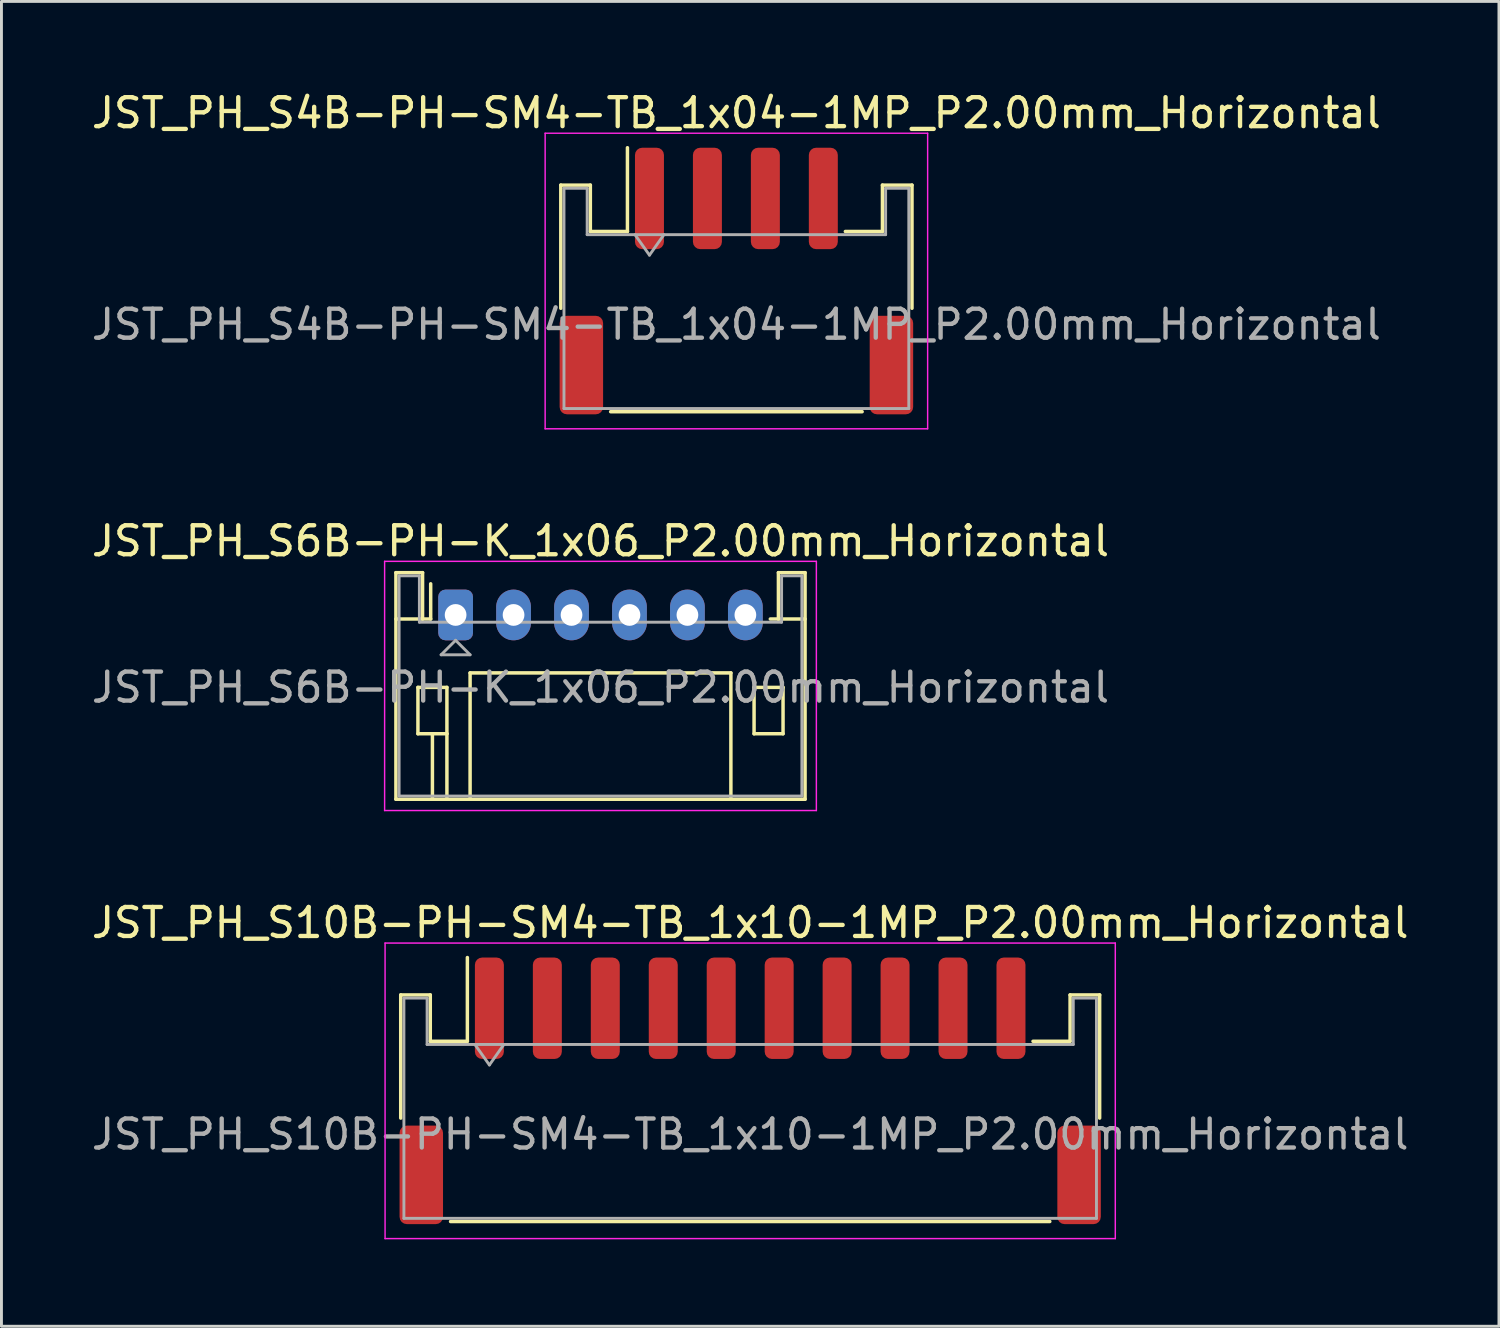
<source format=kicad_pcb>
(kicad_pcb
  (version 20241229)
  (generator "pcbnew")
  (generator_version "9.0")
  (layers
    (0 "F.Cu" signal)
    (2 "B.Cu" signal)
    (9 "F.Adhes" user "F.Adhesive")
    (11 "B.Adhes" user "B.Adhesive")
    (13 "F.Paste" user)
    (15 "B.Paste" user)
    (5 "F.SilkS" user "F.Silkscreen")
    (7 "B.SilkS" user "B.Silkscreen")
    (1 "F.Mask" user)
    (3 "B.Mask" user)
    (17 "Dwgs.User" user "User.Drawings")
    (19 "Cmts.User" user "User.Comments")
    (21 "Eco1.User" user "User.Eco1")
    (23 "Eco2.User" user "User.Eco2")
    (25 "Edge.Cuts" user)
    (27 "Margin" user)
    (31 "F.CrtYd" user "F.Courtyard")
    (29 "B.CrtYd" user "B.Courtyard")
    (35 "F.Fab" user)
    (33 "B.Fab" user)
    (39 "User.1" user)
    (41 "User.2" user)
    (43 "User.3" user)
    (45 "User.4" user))
  (footprint "JST_PH_S10B-PH-SM4-TB_1x10-1MP_P2.00mm_Horizontal"
    (layer "F.Cu")
    (at 22.839 34.595)
    (property "Reference" "JST_PH_S10B-PH-SM4-TB_1x10-1MP_P2.00mm_Horizontal" (at 0 -5.8 0) (layer "F.SilkS") (effects (font (size 1 1) (thickness 0.15))))
    (attr smd)
    (fp_line (start -12.06 -3.31) (end -11.04 -3.31) (stroke (width 0.12) (type solid)) (layer "F.SilkS"))
    (fp_line (start -12.06 0.94) (end -12.06 -3.31) (stroke (width 0.12) (type solid)) (layer "F.SilkS"))
    (fp_line (start -11.04 -3.31) (end -11.04 -1.71) (stroke (width 0.12) (type solid)) (layer "F.SilkS"))
    (fp_line (start -11.04 -1.71) (end -9.76 -1.71) (stroke (width 0.12) (type solid)) (layer "F.SilkS"))
    (fp_line (start -10.34 4.51) (end 10.34 4.51) (stroke (width 0.12) (type solid)) (layer "F.SilkS"))
    (fp_line (start -9.76 -1.71) (end -9.76 -4.6) (stroke (width 0.12) (type solid)) (layer "F.SilkS"))
    (fp_line (start 11.04 -3.31) (end 11.04 -1.71) (stroke (width 0.12) (type solid)) (layer "F.SilkS"))
    (fp_line (start 11.04 -1.71) (end 9.76 -1.71) (stroke (width 0.12) (type solid)) (layer "F.SilkS"))
    (fp_line (start 12.06 -3.31) (end 11.04 -3.31) (stroke (width 0.12) (type solid)) (layer "F.SilkS"))
    (fp_line (start 12.06 0.94) (end 12.06 -3.31) (stroke (width 0.12) (type solid)) (layer "F.SilkS"))
    (fp_line (start -12.6 -5.1) (end -12.6 5.1) (stroke (width 0.05) (type solid)) (layer "F.CrtYd"))
    (fp_line (start -12.6 5.1) (end 12.6 5.1) (stroke (width 0.05) (type solid)) (layer "F.CrtYd"))
    (fp_line (start 12.6 -5.1) (end -12.6 -5.1) (stroke (width 0.05) (type solid)) (layer "F.CrtYd"))
    (fp_line (start 12.6 5.1) (end 12.6 -5.1) (stroke (width 0.05) (type solid)) (layer "F.CrtYd"))
    (fp_line (start -11.95 -3.2) (end -11.95 4.4) (stroke (width 0.1) (type solid)) (layer "F.Fab"))
    (fp_line (start -11.95 -3.2) (end -11.15 -3.2) (stroke (width 0.1) (type solid)) (layer "F.Fab"))
    (fp_line (start -11.95 4.4) (end 11.95 4.4) (stroke (width 0.1) (type solid)) (layer "F.Fab"))
    (fp_line (start -11.15 -3.2) (end -11.15 -1.6) (stroke (width 0.1) (type solid)) (layer "F.Fab"))
    (fp_line (start -11.15 -1.6) (end 11.15 -1.6) (stroke (width 0.1) (type solid)) (layer "F.Fab"))
    (fp_line (start -9.5 -1.6) (end -9 -0.893) (stroke (width 0.1) (type solid)) (layer "F.Fab"))
    (fp_line (start -9 -0.893) (end -8.5 -1.6) (stroke (width 0.1) (type solid)) (layer "F.Fab"))
    (fp_line (start 11.15 -3.2) (end 11.95 -3.2) (stroke (width 0.1) (type solid)) (layer "F.Fab"))
    (fp_line (start 11.15 -1.6) (end 11.15 -3.2) (stroke (width 0.1) (type solid)) (layer "F.Fab"))
    (fp_line (start 11.95 -3.2) (end 11.95 4.4) (stroke (width 0.1) (type solid)) (layer "F.Fab"))
    (fp_text user "${REFERENCE}" (at 0 1.5 0) (layer "F.Fab") (effects (font (size 1 1) (thickness 0.15))))
    (pad "1" smd roundrect (at -9 -2.85) (size 1 3.5) (layers "F.Cu" "F.Mask" "F.Paste") (roundrect_rratio 0.25))
    (pad "2" smd roundrect (at -7 -2.85) (size 1 3.5) (layers "F.Cu" "F.Mask" "F.Paste") (roundrect_rratio 0.25))
    (pad "3" smd roundrect (at -5 -2.85) (size 1 3.5) (layers "F.Cu" "F.Mask" "F.Paste") (roundrect_rratio 0.25))
    (pad "4" smd roundrect (at -3 -2.85) (size 1 3.5) (layers "F.Cu" "F.Mask" "F.Paste") (roundrect_rratio 0.25))
    (pad "5" smd roundrect (at -1 -2.85) (size 1 3.5) (layers "F.Cu" "F.Mask" "F.Paste") (roundrect_rratio 0.25))
    (pad "6" smd roundrect (at 1 -2.85) (size 1 3.5) (layers "F.Cu" "F.Mask" "F.Paste") (roundrect_rratio 0.25))
    (pad "7" smd roundrect (at 3 -2.85) (size 1 3.5) (layers "F.Cu" "F.Mask" "F.Paste") (roundrect_rratio 0.25))
    (pad "8" smd roundrect (at 5 -2.85) (size 1 3.5) (layers "F.Cu" "F.Mask" "F.Paste") (roundrect_rratio 0.25))
    (pad "9" smd roundrect (at 7 -2.85) (size 1 3.5) (layers "F.Cu" "F.Mask" "F.Paste") (roundrect_rratio 0.25))
    (pad "10" smd roundrect (at 9 -2.85) (size 1 3.5) (layers "F.Cu" "F.Mask" "F.Paste") (roundrect_rratio 0.25))
    (pad "MP" smd roundrect (at -11.35 2.9) (size 1.5 3.4) (layers "F.Cu" "F.Mask" "F.Paste") (roundrect_rratio 0.167))
    (pad "MP" smd roundrect (at 11.35 2.9) (size 1.5 3.4) (layers "F.Cu" "F.Mask" "F.Paste") (roundrect_rratio 0.167)))
  (footprint "JST_PH_S6B-PH-K_1x06_P2.00mm_Horizontal"
    (layer "F.Cu")
    (at 12.673 18.172)
    (property "Reference" "JST_PH_S6B-PH-K_1x06_P2.00mm_Horizontal" (at 5 -2.55 0) (layer "F.SilkS") (effects (font (size 1 1) (thickness 0.15))))
    (attr through_hole)
    (fp_line (start -2.06 -1.46) (end -2.06 6.36) (stroke (width 0.12) (type solid)) (layer "F.SilkS"))
    (fp_line (start -2.06 0.14) (end -1.14 0.14) (stroke (width 0.12) (type solid)) (layer "F.SilkS"))
    (fp_line (start -2.06 6.36) (end 12.06 6.36) (stroke (width 0.12) (type solid)) (layer "F.SilkS"))
    (fp_line (start -1.3 2.5) (end -1.3 4.1) (stroke (width 0.12) (type solid)) (layer "F.SilkS"))
    (fp_line (start -1.3 4.1) (end -0.3 4.1) (stroke (width 0.12) (type solid)) (layer "F.SilkS"))
    (fp_line (start -1.14 -1.46) (end -2.06 -1.46) (stroke (width 0.12) (type solid)) (layer "F.SilkS"))
    (fp_line (start -1.14 0.14) (end -1.14 -1.46) (stroke (width 0.12) (type solid)) (layer "F.SilkS"))
    (fp_line (start -0.86 0.14) (end -1.14 0.14) (stroke (width 0.12) (type solid)) (layer "F.SilkS"))
    (fp_line (start -0.86 0.14) (end -0.86 -1.075) (stroke (width 0.12) (type solid)) (layer "F.SilkS"))
    (fp_line (start -0.8 4.1) (end -0.8 6.36) (stroke (width 0.12) (type solid)) (layer "F.SilkS"))
    (fp_line (start -0.3 2.5) (end -1.3 2.5) (stroke (width 0.12) (type solid)) (layer "F.SilkS"))
    (fp_line (start -0.3 4.1) (end -0.3 2.5) (stroke (width 0.12) (type solid)) (layer "F.SilkS"))
    (fp_line (start -0.3 4.1) (end -0.3 6.36) (stroke (width 0.12) (type solid)) (layer "F.SilkS"))
    (fp_line (start 0.5 2) (end 9.5 2) (stroke (width 0.12) (type solid)) (layer "F.SilkS"))
    (fp_line (start 0.5 6.36) (end 0.5 2) (stroke (width 0.12) (type solid)) (layer "F.SilkS"))
    (fp_line (start 9.5 2) (end 9.5 6.36) (stroke (width 0.12) (type solid)) (layer "F.SilkS"))
    (fp_line (start 10.3 2.5) (end 11.3 2.5) (stroke (width 0.12) (type solid)) (layer "F.SilkS"))
    (fp_line (start 10.3 4.1) (end 10.3 2.5) (stroke (width 0.12) (type solid)) (layer "F.SilkS"))
    (fp_line (start 11.14 -1.46) (end 11.14 0.14) (stroke (width 0.12) (type solid)) (layer "F.SilkS"))
    (fp_line (start 11.14 0.14) (end 10.86 0.14) (stroke (width 0.12) (type solid)) (layer "F.SilkS"))
    (fp_line (start 11.3 2.5) (end 11.3 4.1) (stroke (width 0.12) (type solid)) (layer "F.SilkS"))
    (fp_line (start 11.3 4.1) (end 10.3 4.1) (stroke (width 0.12) (type solid)) (layer "F.SilkS"))
    (fp_line (start 12.06 -1.46) (end 11.14 -1.46) (stroke (width 0.12) (type solid)) (layer "F.SilkS"))
    (fp_line (start 12.06 0.14) (end 11.14 0.14) (stroke (width 0.12) (type solid)) (layer "F.SilkS"))
    (fp_line (start 12.06 6.36) (end 12.06 -1.46) (stroke (width 0.12) (type solid)) (layer "F.SilkS"))
    (fp_line (start -2.45 -1.85) (end -2.45 6.75) (stroke (width 0.05) (type solid)) (layer "F.CrtYd"))
    (fp_line (start -2.45 6.75) (end 12.45 6.75) (stroke (width 0.05) (type solid)) (layer "F.CrtYd"))
    (fp_line (start 12.45 -1.85) (end -2.45 -1.85) (stroke (width 0.05) (type solid)) (layer "F.CrtYd"))
    (fp_line (start 12.45 6.75) (end 12.45 -1.85) (stroke (width 0.05) (type solid)) (layer "F.CrtYd"))
    (fp_line (start -1.95 -1.35) (end -1.95 6.25) (stroke (width 0.1) (type solid)) (layer "F.Fab"))
    (fp_line (start -1.95 6.25) (end 11.95 6.25) (stroke (width 0.1) (type solid)) (layer "F.Fab"))
    (fp_line (start -1.25 -1.35) (end -1.95 -1.35) (stroke (width 0.1) (type solid)) (layer "F.Fab"))
    (fp_line (start -1.25 0.25) (end -1.25 -1.35) (stroke (width 0.1) (type solid)) (layer "F.Fab"))
    (fp_line (start -0.5 1.375) (end 0.5 1.375) (stroke (width 0.1) (type solid)) (layer "F.Fab"))
    (fp_line (start 0 0.875) (end -0.5 1.375) (stroke (width 0.1) (type solid)) (layer "F.Fab"))
    (fp_line (start 0.5 1.375) (end 0 0.875) (stroke (width 0.1) (type solid)) (layer "F.Fab"))
    (fp_line (start 11.25 -1.35) (end 11.25 0.25) (stroke (width 0.1) (type solid)) (layer "F.Fab"))
    (fp_line (start 11.25 0.25) (end -1.25 0.25) (stroke (width 0.1) (type solid)) (layer "F.Fab"))
    (fp_line (start 11.95 -1.35) (end 11.25 -1.35) (stroke (width 0.1) (type solid)) (layer "F.Fab"))
    (fp_line (start 11.95 6.25) (end 11.95 -1.35) (stroke (width 0.1) (type solid)) (layer "F.Fab"))
    (fp_text user "${REFERENCE}" (at 5 2.5 0) (layer "F.Fab") (effects (font (size 1 1) (thickness 0.15))))
    (pad "1" thru_hole roundrect (at 0 0) (size 1.2 1.75) (drill 0.75) (layers "*.Cu" "*.Mask") (roundrect_rratio 0.208))
    (pad "2" thru_hole oval (at 2 0) (size 1.2 1.75) (drill 0.75) (layers "*.Cu" "*.Mask"))
    (pad "3" thru_hole oval (at 4 0) (size 1.2 1.75) (drill 0.75) (layers "*.Cu" "*.Mask"))
    (pad "4" thru_hole oval (at 6 0) (size 1.2 1.75) (drill 0.75) (layers "*.Cu" "*.Mask"))
    (pad "5" thru_hole oval (at 8 0) (size 1.2 1.75) (drill 0.75) (layers "*.Cu" "*.Mask"))
    (pad "6" thru_hole oval (at 10 0) (size 1.2 1.75) (drill 0.75) (layers "*.Cu" "*.Mask")))
  (footprint "JST_PH_S4B-PH-SM4-TB_1x04-1MP_P2.00mm_Horizontal"
    (layer "F.Cu")
    (at 22.363 6.648)
    (property "Reference" "JST_PH_S4B-PH-SM4-TB_1x04-1MP_P2.00mm_Horizontal" (at 0 -5.8 0) (layer "F.SilkS") (effects (font (size 1 1) (thickness 0.15))))
    (attr smd)
    (fp_line (start -6.06 -3.31) (end -5.04 -3.31) (stroke (width 0.12) (type solid)) (layer "F.SilkS"))
    (fp_line (start -6.06 0.94) (end -6.06 -3.31) (stroke (width 0.12) (type solid)) (layer "F.SilkS"))
    (fp_line (start -5.04 -3.31) (end -5.04 -1.71) (stroke (width 0.12) (type solid)) (layer "F.SilkS"))
    (fp_line (start -5.04 -1.71) (end -3.76 -1.71) (stroke (width 0.12) (type solid)) (layer "F.SilkS"))
    (fp_line (start -4.34 4.51) (end 4.34 4.51) (stroke (width 0.12) (type solid)) (layer "F.SilkS"))
    (fp_line (start -3.76 -1.71) (end -3.76 -4.6) (stroke (width 0.12) (type solid)) (layer "F.SilkS"))
    (fp_line (start 5.04 -3.31) (end 5.04 -1.71) (stroke (width 0.12) (type solid)) (layer "F.SilkS"))
    (fp_line (start 5.04 -1.71) (end 3.76 -1.71) (stroke (width 0.12) (type solid)) (layer "F.SilkS"))
    (fp_line (start 6.06 -3.31) (end 5.04 -3.31) (stroke (width 0.12) (type solid)) (layer "F.SilkS"))
    (fp_line (start 6.06 0.94) (end 6.06 -3.31) (stroke (width 0.12) (type solid)) (layer "F.SilkS"))
    (fp_line (start -6.6 -5.1) (end -6.6 5.1) (stroke (width 0.05) (type solid)) (layer "F.CrtYd"))
    (fp_line (start -6.6 5.1) (end 6.6 5.1) (stroke (width 0.05) (type solid)) (layer "F.CrtYd"))
    (fp_line (start 6.6 -5.1) (end -6.6 -5.1) (stroke (width 0.05) (type solid)) (layer "F.CrtYd"))
    (fp_line (start 6.6 5.1) (end 6.6 -5.1) (stroke (width 0.05) (type solid)) (layer "F.CrtYd"))
    (fp_line (start -5.95 -3.2) (end -5.95 4.4) (stroke (width 0.1) (type solid)) (layer "F.Fab"))
    (fp_line (start -5.95 -3.2) (end -5.15 -3.2) (stroke (width 0.1) (type solid)) (layer "F.Fab"))
    (fp_line (start -5.95 4.4) (end 5.95 4.4) (stroke (width 0.1) (type solid)) (layer "F.Fab"))
    (fp_line (start -5.15 -3.2) (end -5.15 -1.6) (stroke (width 0.1) (type solid)) (layer "F.Fab"))
    (fp_line (start -5.15 -1.6) (end 5.15 -1.6) (stroke (width 0.1) (type solid)) (layer "F.Fab"))
    (fp_line (start -3.5 -1.6) (end -3 -0.893) (stroke (width 0.1) (type solid)) (layer "F.Fab"))
    (fp_line (start -3 -0.893) (end -2.5 -1.6) (stroke (width 0.1) (type solid)) (layer "F.Fab"))
    (fp_line (start 5.15 -3.2) (end 5.95 -3.2) (stroke (width 0.1) (type solid)) (layer "F.Fab"))
    (fp_line (start 5.15 -1.6) (end 5.15 -3.2) (stroke (width 0.1) (type solid)) (layer "F.Fab"))
    (fp_line (start 5.95 -3.2) (end 5.95 4.4) (stroke (width 0.1) (type solid)) (layer "F.Fab"))
    (fp_text user "${REFERENCE}" (at 0 1.5 0) (layer "F.Fab") (effects (font (size 1 1) (thickness 0.15))))
    (pad "1" smd roundrect (at -3 -2.85) (size 1 3.5) (layers "F.Cu" "F.Mask" "F.Paste") (roundrect_rratio 0.25))
    (pad "2" smd roundrect (at -1 -2.85) (size 1 3.5) (layers "F.Cu" "F.Mask" "F.Paste") (roundrect_rratio 0.25))
    (pad "3" smd roundrect (at 1 -2.85) (size 1 3.5) (layers "F.Cu" "F.Mask" "F.Paste") (roundrect_rratio 0.25))
    (pad "4" smd roundrect (at 3 -2.85) (size 1 3.5) (layers "F.Cu" "F.Mask" "F.Paste") (roundrect_rratio 0.25))
    (pad "MP" smd roundrect (at -5.35 2.9) (size 1.5 3.4) (layers "F.Cu" "F.Mask" "F.Paste") (roundrect_rratio 0.167))
    (pad "MP" smd roundrect (at 5.35 2.9) (size 1.5 3.4) (layers "F.Cu" "F.Mask" "F.Paste") (roundrect_rratio 0.167)))
  (gr_rect
    (start -3 -3)
    (end 48.679 42.72)
    (stroke (width 0.1) (type default))
    (fill no)
    (layer "Edge.Cuts")))
</source>
